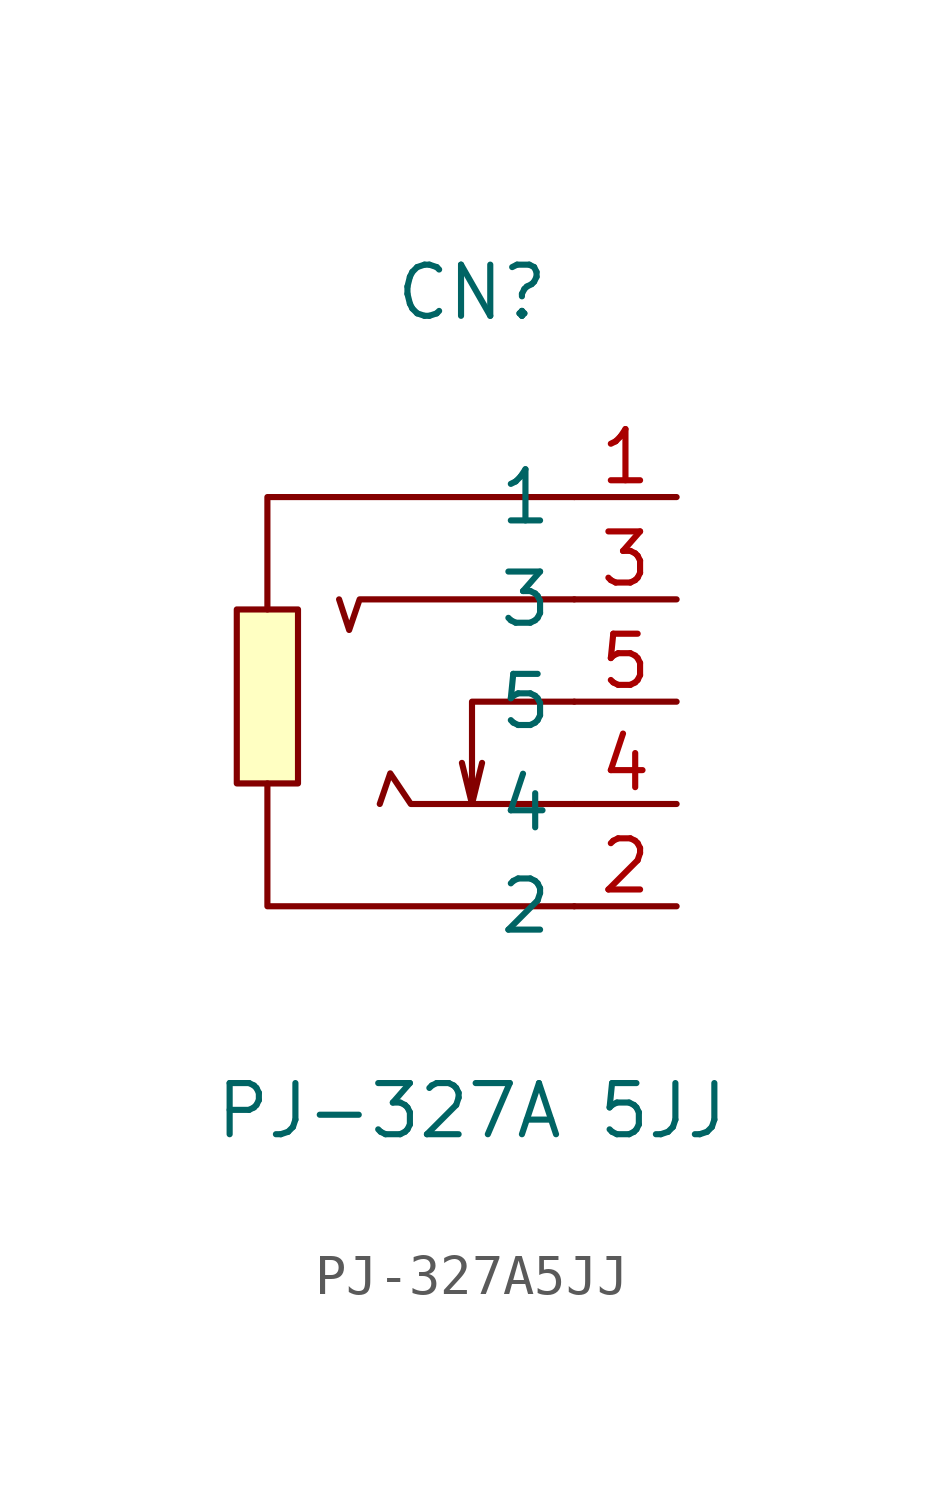
<source format=kicad_sym>
(kicad_symbol_lib
  (version 1)
  (generator "faebryk")
  (symbol "PJ-327A5JJ"
    (property "Reference" "CN"
      (at 0 10.16 0)
      (effects (font (size 1.27 1.27)) (hide no)))
    (property "Value" "PJ-327A 5JJ"
      (at 0 -10.16 0)
      (effects (font (size 1.27 1.27)) (hide no)))
    (symbol "PJ-327A5JJ_0_1"
      (polyline (stroke (width 0) (type default) (color 0 0 0 0)) (fill (type none)) (pts (xy 2.54 -2.54) (xy -1.52 -2.54) (xy -2.03 -1.78) (xy -2.29 -2.54)))
      (polyline (stroke (width 0) (type default) (color 0 0 0 0)) (fill (type none)) (pts (xy 2.54 2.54) (xy -2.79 2.54) (xy -3.05 1.78) (xy -3.3 2.54)))
      (polyline (stroke (width 0) (type default) (color 0 0 0 0)) (fill (type none)) (pts (xy -5.08 2.29) (xy -5.08 5.08) (xy 2.54 5.08)))
      (polyline (stroke (width 0) (type default) (color 0 0 0 0)) (fill (type none)) (pts (xy 2.54 -5.08) (xy -5.08 -5.08) (xy -5.08 -3.81) (xy -5.08 -2.03)))
      (polyline (stroke (width 0) (type default) (color 0 0 0 0)) (fill (type none)) (pts (xy 2.54 0) (xy 0 0) (xy 0 -2.54) (xy 0.25 -1.52)))
      (polyline (stroke (width 0) (type default) (color 0 0 0 0)) (fill (type none)) (pts (xy 0 -2.54) (xy -0.25 -1.52)))
      (rectangle (start -5.84 2.29) (end -4.32 -2.03) (stroke (width 0) (type default) (color 0 0 0 0)) (fill (type background)))
      (pin unspecified line (at 5.08 0 180) (length 2.54) (name "5" (effects (font (size 1.27 1.27)) (hide no))) (number "5" (effects (font (size 1.27 1.27)) (hide no))))
      (pin unspecified line (at 5.08 -2.54 180) (length 2.54) (name "4" (effects (font (size 1.27 1.27)) (hide no))) (number "4" (effects (font (size 1.27 1.27)) (hide no))))
      (pin unspecified line (at 5.08 2.54 180) (length 2.54) (name "3" (effects (font (size 1.27 1.27)) (hide no))) (number "3" (effects (font (size 1.27 1.27)) (hide no))))
      (pin unspecified line (at 5.08 -5.08 180) (length 2.54) (name "2" (effects (font (size 1.27 1.27)) (hide no))) (number "2" (effects (font (size 1.27 1.27)) (hide no))))
      (pin unspecified line (at 5.08 5.08 180) (length 2.54) (name "1" (effects (font (size 1.27 1.27)) (hide no))) (number "1" (effects (font (size 1.27 1.27)) (hide no)))))))
</source>
